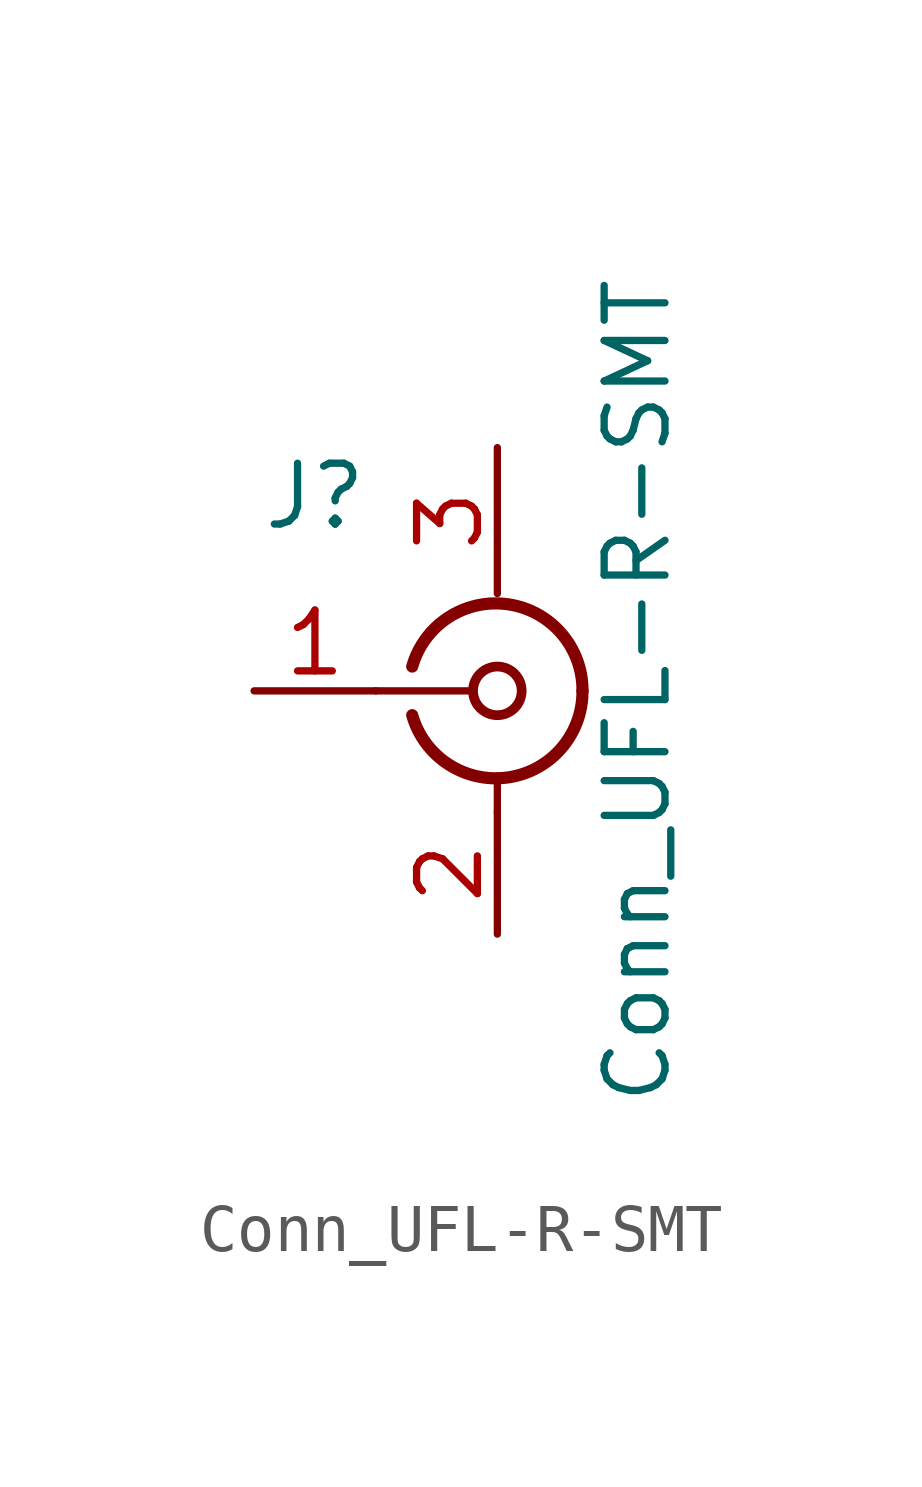
<source format=kicad_sym>
(kicad_symbol_lib
  (version 20231120)
  (generator "kicad_symbol_editor")
  (generator_version "8.0")
  (symbol "Conn_UFL-R-SMT"
    (pin_names
      (offset 1.016) hide)
    (property "Reference" "J"
      (at -3.81 4.064 0)
      (effects (font (size 1.27 1.27))))
    (property "Value" "Conn_UFL-R-SMT"
      (at 2.921 0 90)
      (effects (font (size 1.27 1.27))))
    (symbol "Conn_UFL-R-SMT_0_1"
      (arc (start -1.778 -0.508) (mid 0.2311 -1.8066) (end 1.778 0) (stroke (width 0.254) (type default)) (fill (type none)))
      (polyline (pts (xy -2.54 0) (xy -0.508 0)) (stroke (width 0) (type default)) (fill (type none)))
      (polyline (pts (xy 0 -2.54) (xy 0 -1.778)) (stroke (width 0) (type default)) (fill (type none)))
      (circle (center 0 0) (radius 0.508) (stroke (width 0.203) (type default)) (fill (type none)))
      (arc (start 1.778 0) (mid 0.2099 1.8101) (end -1.778 0.508) (stroke (width 0.254) (type default)) (fill (type none))))
    (symbol "Conn_UFL-R-SMT_1_1"
      (pin passive line (at -5.08 0 0) (length 2.54) (name "SIGNAL" (effects (font (size 1.27 1.27)))) (number "1" (effects (font (size 1.27 1.27)))))
      (pin passive line (at 0 -5.08 90) (length 2.54) (name "GND" (effects (font (size 1.27 1.27)))) (number "2" (effects (font (size 1.27 1.27)))))
      (pin passive line (at 0 5.08 270) (length 3.048) (name "GND" (effects (font (size 1.27 1.27)))) (number "3" (effects (font (size 1.27 1.27))))))))
</source>
